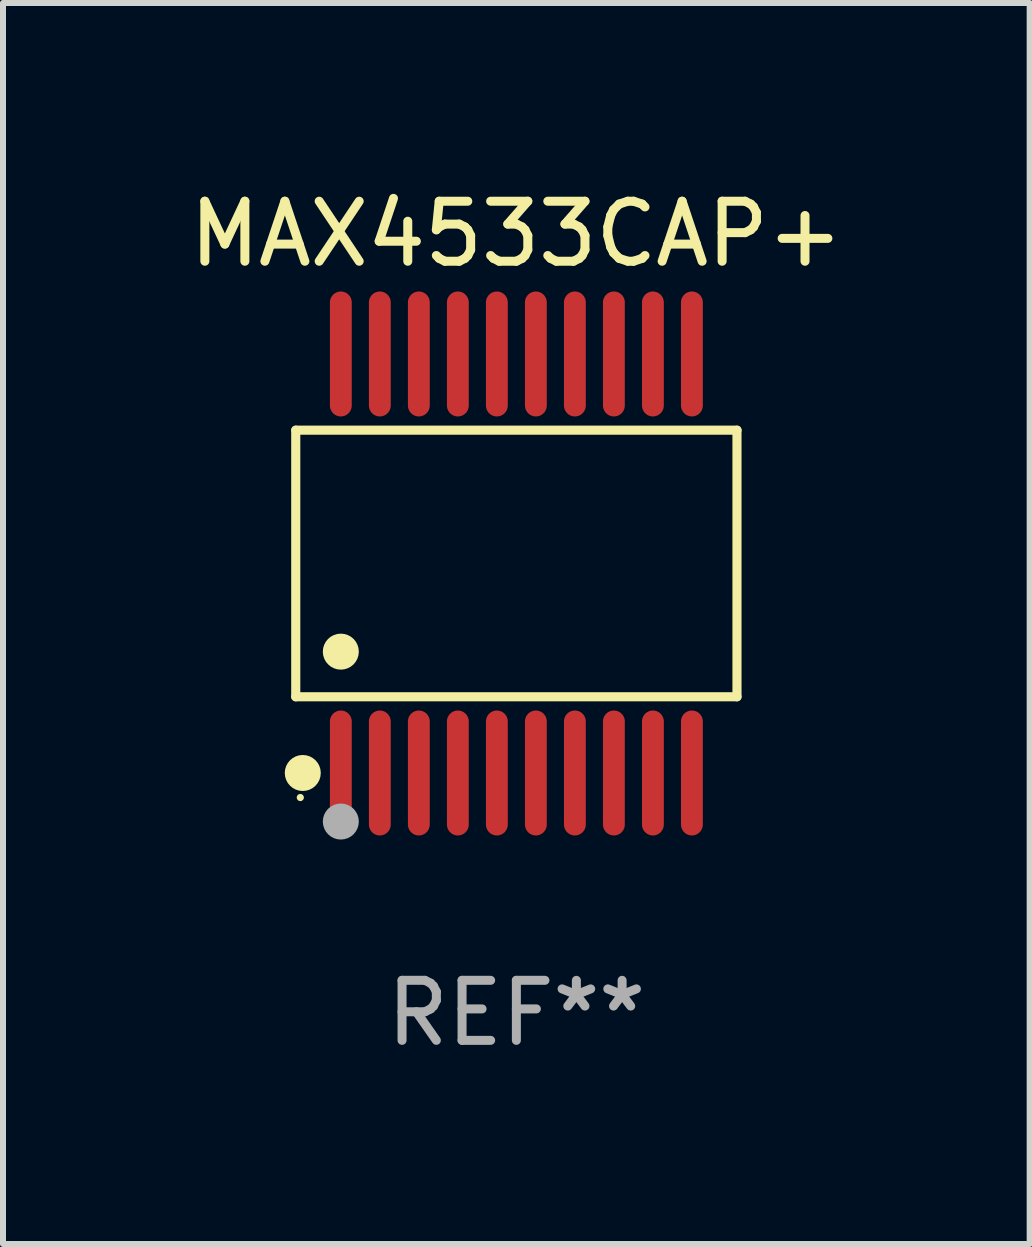
<source format=kicad_pcb>
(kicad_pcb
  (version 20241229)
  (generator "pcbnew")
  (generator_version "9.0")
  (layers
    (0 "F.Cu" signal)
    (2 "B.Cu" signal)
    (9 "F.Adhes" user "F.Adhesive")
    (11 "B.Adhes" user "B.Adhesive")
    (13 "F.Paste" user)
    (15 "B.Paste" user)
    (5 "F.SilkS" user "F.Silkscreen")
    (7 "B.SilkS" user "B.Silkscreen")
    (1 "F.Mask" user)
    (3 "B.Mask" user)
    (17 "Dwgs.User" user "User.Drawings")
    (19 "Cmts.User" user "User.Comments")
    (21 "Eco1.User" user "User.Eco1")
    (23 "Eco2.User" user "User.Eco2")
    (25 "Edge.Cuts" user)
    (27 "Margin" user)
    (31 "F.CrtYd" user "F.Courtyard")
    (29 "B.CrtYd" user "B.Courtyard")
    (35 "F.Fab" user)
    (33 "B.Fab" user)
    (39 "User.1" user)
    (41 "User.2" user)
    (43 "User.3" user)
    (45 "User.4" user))
  (footprint "MAX4533CAP+"
    (layer "F.Cu")
    (at 5.554 6.339)
    (property "Reference" "MAX4533CAP+" (at 0 -5.491 0) (layer "F.SilkS") (effects (font (size 1 1) (thickness 0.15))))
    (attr through_hole)
    (fp_line (start -3.676 -2.221) (end 3.676 -2.221) (stroke (width 0.152) (type solid)) (layer "F.SilkS"))
    (fp_line (start -3.676 2.221) (end -3.676 -2.221) (stroke (width 0.152) (type solid)) (layer "F.SilkS"))
    (fp_line (start 3.676 -2.221) (end 3.676 2.221) (stroke (width 0.152) (type solid)) (layer "F.SilkS"))
    (fp_line (start 3.676 2.221) (end -3.676 2.221) (stroke (width 0.152) (type solid)) (layer "F.SilkS"))
    (fp_circle (center -3.6 3.9) (end -3.57 3.9) (stroke (width 0.06) (type solid)) (fill no) (layer "F.SilkS"))
    (fp_circle (center -3.559 3.491) (end -3.409 3.491) (stroke (width 0.3) (type solid)) (fill no) (layer "F.SilkS"))
    (fp_circle (center -2.925 1.469) (end -2.775 1.469) (stroke (width 0.3) (type solid)) (fill no) (layer "F.SilkS"))
    (fp_circle (center -2.925 4.3) (end -2.775 4.3) (stroke (width 0.3) (type solid)) (fill no) (layer "F.Fab"))
    (fp_text user "REF**" (at 0 7.491 0) (layer "F.Fab") (effects (font (size 1 1) (thickness 0.15))))
    (pad "1" smd oval (at -2.925 3.491) (size 0.364 2.082) (layers "F.Cu" "F.Mask" "F.Paste"))
    (pad "2" smd oval (at -2.275 3.491) (size 0.364 2.082) (layers "F.Cu" "F.Mask" "F.Paste"))
    (pad "3" smd oval (at -1.625 3.491) (size 0.364 2.082) (layers "F.Cu" "F.Mask" "F.Paste"))
    (pad "4" smd oval (at -0.975 3.491) (size 0.364 2.082) (layers "F.Cu" "F.Mask" "F.Paste"))
    (pad "5" smd oval (at -0.325 3.491) (size 0.364 2.082) (layers "F.Cu" "F.Mask" "F.Paste"))
    (pad "6" smd oval (at 0.325 3.491) (size 0.364 2.082) (layers "F.Cu" "F.Mask" "F.Paste"))
    (pad "7" smd oval (at 0.975 3.491) (size 0.364 2.082) (layers "F.Cu" "F.Mask" "F.Paste"))
    (pad "8" smd oval (at 1.625 3.491) (size 0.364 2.082) (layers "F.Cu" "F.Mask" "F.Paste"))
    (pad "9" smd oval (at 2.275 3.491) (size 0.364 2.082) (layers "F.Cu" "F.Mask" "F.Paste"))
    (pad "10" smd oval (at 2.925 3.491) (size 0.364 2.082) (layers "F.Cu" "F.Mask" "F.Paste"))
    (pad "11" smd oval (at 2.925 -3.491) (size 0.364 2.082) (layers "F.Cu" "F.Mask" "F.Paste"))
    (pad "12" smd oval (at 2.275 -3.491) (size 0.364 2.082) (layers "F.Cu" "F.Mask" "F.Paste"))
    (pad "13" smd oval (at 1.625 -3.491) (size 0.364 2.082) (layers "F.Cu" "F.Mask" "F.Paste"))
    (pad "14" smd oval (at 0.975 -3.491) (size 0.364 2.082) (layers "F.Cu" "F.Mask" "F.Paste"))
    (pad "15" smd oval (at 0.325 -3.491) (size 0.364 2.082) (layers "F.Cu" "F.Mask" "F.Paste"))
    (pad "16" smd oval (at -0.325 -3.491) (size 0.364 2.082) (layers "F.Cu" "F.Mask" "F.Paste"))
    (pad "17" smd oval (at -0.975 -3.491) (size 0.364 2.082) (layers "F.Cu" "F.Mask" "F.Paste"))
    (pad "18" smd oval (at -1.625 -3.491) (size 0.364 2.082) (layers "F.Cu" "F.Mask" "F.Paste"))
    (pad "19" smd oval (at -2.275 -3.491) (size 0.364 2.082) (layers "F.Cu" "F.Mask" "F.Paste"))
    (pad "20" smd oval (at -2.925 -3.491) (size 0.364 2.082) (layers "F.Cu" "F.Mask" "F.Paste")))
  (gr_rect
    (start -3 -3)
    (end 14.107 17.678)
    (stroke (width 0.1) (type default))
    (fill no)
    (layer "Edge.Cuts")))
</source>
